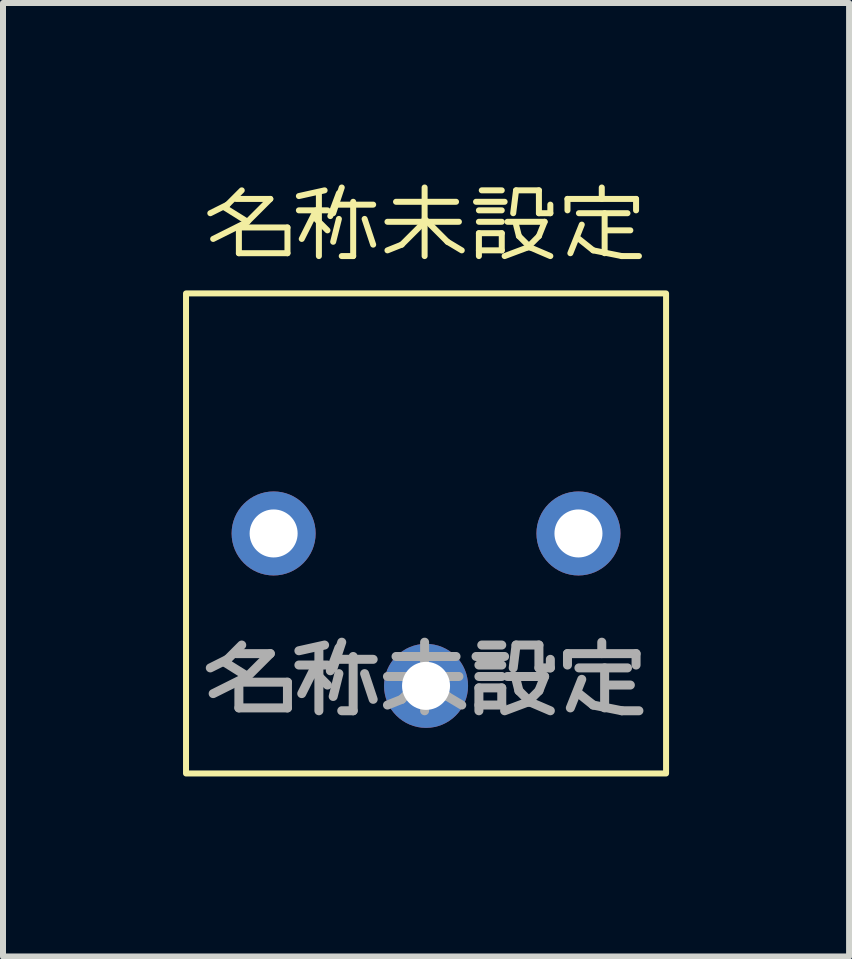
<source format=kicad_pcb>
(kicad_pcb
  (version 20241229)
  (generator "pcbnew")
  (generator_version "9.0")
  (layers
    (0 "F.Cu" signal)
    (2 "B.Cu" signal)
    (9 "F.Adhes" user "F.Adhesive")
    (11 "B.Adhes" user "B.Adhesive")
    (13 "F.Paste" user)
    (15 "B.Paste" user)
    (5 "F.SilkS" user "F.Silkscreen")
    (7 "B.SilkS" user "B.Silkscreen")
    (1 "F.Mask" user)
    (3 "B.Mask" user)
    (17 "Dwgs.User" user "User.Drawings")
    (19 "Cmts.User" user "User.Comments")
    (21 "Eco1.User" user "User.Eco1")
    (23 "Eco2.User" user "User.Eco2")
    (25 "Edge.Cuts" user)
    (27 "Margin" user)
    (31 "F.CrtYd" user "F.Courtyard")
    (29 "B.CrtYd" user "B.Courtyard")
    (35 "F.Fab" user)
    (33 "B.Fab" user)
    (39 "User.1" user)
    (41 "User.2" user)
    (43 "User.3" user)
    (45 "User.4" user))
  (footprint "名称未設定"
    (layer "F.Cu")
    (at 4.05 5.84)
    (property "Reference" "名称未設定" (at 0 -5.08 0) (unlocked yes) (layer "F.SilkS") (effects (font (size 1 1) (thickness 0.1))))
    (attr through_hole)
    (fp_rect (start -4 -4) (end 4 4) (stroke (width 0.1) (type default)) (fill no) (layer "F.SilkS"))
    (fp_text user "${REFERENCE}" (at 0 2.5 0) (unlocked yes) (layer "F.Fab") (effects (font (size 1 1) (thickness 0.15))))
    (pad "1" thru_hole circle (at -2.54 0) (size 1.4 1.4) (drill 0.8) (layers "*.Cu" "*.Mask"))
    (pad "2" thru_hole circle (at 0 2.54) (size 1.4 1.4) (drill 0.8) (layers "*.Cu" "*.Mask"))
    (pad "3" thru_hole circle (at 2.54 0) (size 1.4 1.4) (drill 0.8) (layers "*.Cu" "*.Mask")))
  (gr_rect
    (start -3 -3)
    (end 11.1 12.89)
    (stroke (width 0.1) (type default))
    (fill no)
    (layer "Edge.Cuts")))
</source>
